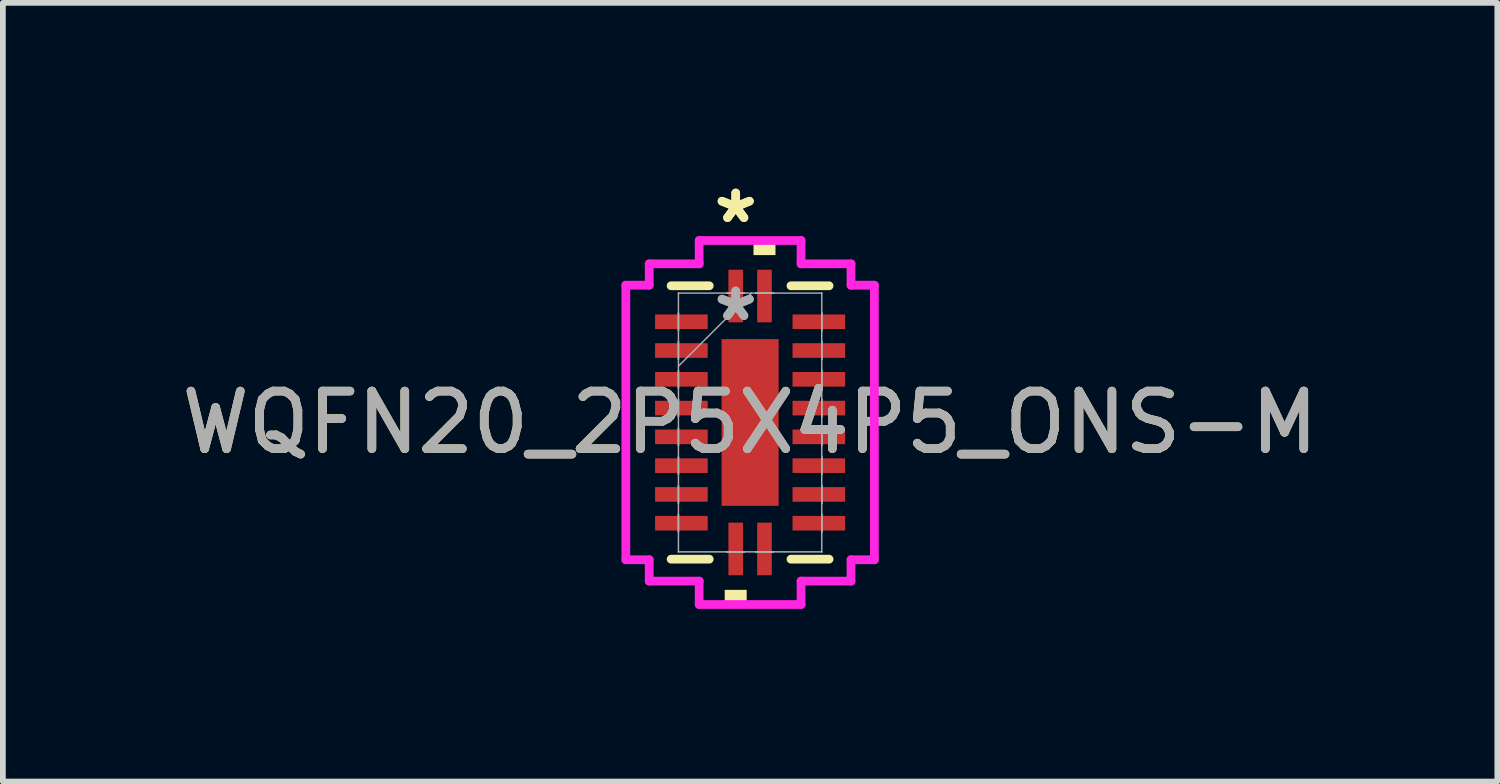
<source format=kicad_pcb>
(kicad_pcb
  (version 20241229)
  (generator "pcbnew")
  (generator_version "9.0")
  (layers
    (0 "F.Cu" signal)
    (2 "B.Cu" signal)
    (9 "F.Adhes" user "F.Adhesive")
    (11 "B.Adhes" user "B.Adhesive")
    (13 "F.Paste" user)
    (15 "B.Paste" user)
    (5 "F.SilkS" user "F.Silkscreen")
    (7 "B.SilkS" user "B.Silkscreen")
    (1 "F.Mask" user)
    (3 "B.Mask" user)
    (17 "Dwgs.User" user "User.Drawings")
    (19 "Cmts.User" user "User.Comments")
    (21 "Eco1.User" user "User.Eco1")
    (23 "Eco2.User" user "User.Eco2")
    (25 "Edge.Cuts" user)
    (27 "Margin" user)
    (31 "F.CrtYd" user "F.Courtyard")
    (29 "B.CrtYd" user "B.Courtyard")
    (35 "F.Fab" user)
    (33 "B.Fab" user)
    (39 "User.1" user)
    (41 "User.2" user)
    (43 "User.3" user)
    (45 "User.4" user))
  (footprint "WQFN20_2P5X4P5_ONS-M"
    (layer "F.Cu")
    (at 9.982 4.29)
    (property "Reference" "WQFN20_2P5X4P5_ONS-M" (at 0 0 0) (unlocked yes) (layer "F.SilkS") (effects (font (size 1 1) (thickness 0.15))))
    (attr smd)
    (fp_line (start -1.372 2.375) (end -0.71 2.375) (stroke (width 0.152) (type solid)) (layer "F.SilkS"))
    (fp_line (start -0.71 -2.375) (end -1.372 -2.375) (stroke (width 0.152) (type solid)) (layer "F.SilkS"))
    (fp_line (start 0.71 2.375) (end 1.372 2.375) (stroke (width 0.152) (type solid)) (layer "F.SilkS"))
    (fp_line (start 1.372 -2.375) (end 0.71 -2.375) (stroke (width 0.152) (type solid)) (layer "F.SilkS"))
    (fp_poly (pts (xy -0.441 2.908) (xy -0.441 3.162) (xy -0.059 3.162) (xy -0.059 2.908)) (stroke (width 0) (type solid)) (fill yes) (layer "F.SilkS"))
    (fp_poly (pts (xy 0.059 -2.908) (xy 0.059 -3.162) (xy 0.441 -3.162) (xy 0.441 -2.908)) (stroke (width 0) (type solid)) (fill yes) (layer "F.SilkS"))
    (fp_poly (pts (xy -0.395 -1.348) (xy -0.395 -0.1) (xy 0.395 -0.1) (xy 0.395 -1.348)) (stroke (width 0) (type solid)) (fill yes) (layer "F.Paste"))
    (fp_poly (pts (xy -0.395 0.1) (xy -0.395 1.348) (xy 0.395 1.348) (xy 0.395 0.1)) (stroke (width 0) (type solid)) (fill yes) (layer "F.Paste"))
    (fp_line (start -2.159 -2.385) (end -1.753 -2.385) (stroke (width 0.152) (type solid)) (layer "F.CrtYd"))
    (fp_line (start -2.159 2.385) (end -2.159 -2.385) (stroke (width 0.152) (type solid)) (layer "F.CrtYd"))
    (fp_line (start -1.753 -2.756) (end -0.885 -2.756) (stroke (width 0.152) (type solid)) (layer "F.CrtYd"))
    (fp_line (start -1.753 -2.385) (end -1.753 -2.756) (stroke (width 0.152) (type solid)) (layer "F.CrtYd"))
    (fp_line (start -1.753 2.385) (end -2.159 2.385) (stroke (width 0.152) (type solid)) (layer "F.CrtYd"))
    (fp_line (start -1.753 2.756) (end -1.753 2.385) (stroke (width 0.152) (type solid)) (layer "F.CrtYd"))
    (fp_line (start -0.885 -3.162) (end 0.885 -3.162) (stroke (width 0.152) (type solid)) (layer "F.CrtYd"))
    (fp_line (start -0.885 -2.756) (end -0.885 -3.162) (stroke (width 0.152) (type solid)) (layer "F.CrtYd"))
    (fp_line (start -0.885 2.756) (end -1.753 2.756) (stroke (width 0.152) (type solid)) (layer "F.CrtYd"))
    (fp_line (start -0.885 3.162) (end -0.885 2.756) (stroke (width 0.152) (type solid)) (layer "F.CrtYd"))
    (fp_line (start 0.885 -3.162) (end 0.885 -2.756) (stroke (width 0.152) (type solid)) (layer "F.CrtYd"))
    (fp_line (start 0.885 -2.756) (end 1.753 -2.756) (stroke (width 0.152) (type solid)) (layer "F.CrtYd"))
    (fp_line (start 0.885 2.756) (end 0.885 3.162) (stroke (width 0.152) (type solid)) (layer "F.CrtYd"))
    (fp_line (start 0.885 3.162) (end -0.885 3.162) (stroke (width 0.152) (type solid)) (layer "F.CrtYd"))
    (fp_line (start 1.753 -2.756) (end 1.753 -2.385) (stroke (width 0.152) (type solid)) (layer "F.CrtYd"))
    (fp_line (start 1.753 -2.385) (end 2.159 -2.385) (stroke (width 0.152) (type solid)) (layer "F.CrtYd"))
    (fp_line (start 1.753 2.385) (end 1.753 2.756) (stroke (width 0.152) (type solid)) (layer "F.CrtYd"))
    (fp_line (start 1.753 2.756) (end 0.885 2.756) (stroke (width 0.152) (type solid)) (layer "F.CrtYd"))
    (fp_line (start 2.159 -2.385) (end 2.159 2.385) (stroke (width 0.152) (type solid)) (layer "F.CrtYd"))
    (fp_line (start 2.159 2.385) (end 1.753 2.385) (stroke (width 0.152) (type solid)) (layer "F.CrtYd"))
    (fp_line (start -1.245 -2.248) (end -1.245 -2.248) (stroke (width 0.025) (type solid)) (layer "F.Fab"))
    (fp_line (start -1.245 -2.248) (end -1.245 2.248) (stroke (width 0.025) (type solid)) (layer "F.Fab"))
    (fp_line (start -1.245 -1.902) (end -1.245 -1.902) (stroke (width 0.025) (type solid)) (layer "F.Fab"))
    (fp_line (start -1.245 -1.902) (end -1.245 -1.598) (stroke (width 0.025) (type solid)) (layer "F.Fab"))
    (fp_line (start -1.245 -1.598) (end -1.245 -1.902) (stroke (width 0.025) (type solid)) (layer "F.Fab"))
    (fp_line (start -1.245 -1.598) (end -1.245 -1.598) (stroke (width 0.025) (type solid)) (layer "F.Fab"))
    (fp_line (start -1.245 -1.402) (end -1.245 -1.402) (stroke (width 0.025) (type solid)) (layer "F.Fab"))
    (fp_line (start -1.245 -1.402) (end -1.245 -1.098) (stroke (width 0.025) (type solid)) (layer "F.Fab"))
    (fp_line (start -1.245 -1.098) (end -1.245 -1.402) (stroke (width 0.025) (type solid)) (layer "F.Fab"))
    (fp_line (start -1.245 -1.098) (end -1.245 -1.098) (stroke (width 0.025) (type solid)) (layer "F.Fab"))
    (fp_line (start -1.245 -0.978) (end 0.025 -2.248) (stroke (width 0.025) (type solid)) (layer "F.Fab"))
    (fp_line (start -1.245 -0.902) (end -1.245 -0.902) (stroke (width 0.025) (type solid)) (layer "F.Fab"))
    (fp_line (start -1.245 -0.902) (end -1.245 -0.598) (stroke (width 0.025) (type solid)) (layer "F.Fab"))
    (fp_line (start -1.245 -0.598) (end -1.245 -0.902) (stroke (width 0.025) (type solid)) (layer "F.Fab"))
    (fp_line (start -1.245 -0.598) (end -1.245 -0.598) (stroke (width 0.025) (type solid)) (layer "F.Fab"))
    (fp_line (start -1.245 -0.402) (end -1.245 -0.402) (stroke (width 0.025) (type solid)) (layer "F.Fab"))
    (fp_line (start -1.245 -0.402) (end -1.245 -0.098) (stroke (width 0.025) (type solid)) (layer "F.Fab"))
    (fp_line (start -1.245 -0.098) (end -1.245 -0.402) (stroke (width 0.025) (type solid)) (layer "F.Fab"))
    (fp_line (start -1.245 -0.098) (end -1.245 -0.098) (stroke (width 0.025) (type solid)) (layer "F.Fab"))
    (fp_line (start -1.245 0.098) (end -1.245 0.098) (stroke (width 0.025) (type solid)) (layer "F.Fab"))
    (fp_line (start -1.245 0.098) (end -1.245 0.402) (stroke (width 0.025) (type solid)) (layer "F.Fab"))
    (fp_line (start -1.245 0.402) (end -1.245 0.098) (stroke (width 0.025) (type solid)) (layer "F.Fab"))
    (fp_line (start -1.245 0.402) (end -1.245 0.402) (stroke (width 0.025) (type solid)) (layer "F.Fab"))
    (fp_line (start -1.245 0.598) (end -1.245 0.598) (stroke (width 0.025) (type solid)) (layer "F.Fab"))
    (fp_line (start -1.245 0.598) (end -1.245 0.902) (stroke (width 0.025) (type solid)) (layer "F.Fab"))
    (fp_line (start -1.245 0.902) (end -1.245 0.598) (stroke (width 0.025) (type solid)) (layer "F.Fab"))
    (fp_line (start -1.245 0.902) (end -1.245 0.902) (stroke (width 0.025) (type solid)) (layer "F.Fab"))
    (fp_line (start -1.245 1.098) (end -1.245 1.098) (stroke (width 0.025) (type solid)) (layer "F.Fab"))
    (fp_line (start -1.245 1.098) (end -1.245 1.402) (stroke (width 0.025) (type solid)) (layer "F.Fab"))
    (fp_line (start -1.245 1.402) (end -1.245 1.098) (stroke (width 0.025) (type solid)) (layer "F.Fab"))
    (fp_line (start -1.245 1.402) (end -1.245 1.402) (stroke (width 0.025) (type solid)) (layer "F.Fab"))
    (fp_line (start -1.245 1.598) (end -1.245 1.598) (stroke (width 0.025) (type solid)) (layer "F.Fab"))
    (fp_line (start -1.245 1.598) (end -1.245 1.902) (stroke (width 0.025) (type solid)) (layer "F.Fab"))
    (fp_line (start -1.245 1.902) (end -1.245 1.598) (stroke (width 0.025) (type solid)) (layer "F.Fab"))
    (fp_line (start -1.245 1.902) (end -1.245 1.902) (stroke (width 0.025) (type solid)) (layer "F.Fab"))
    (fp_line (start -1.245 2.248) (end -1.245 2.248) (stroke (width 0.025) (type solid)) (layer "F.Fab"))
    (fp_line (start -1.245 2.248) (end 1.245 2.248) (stroke (width 0.025) (type solid)) (layer "F.Fab"))
    (fp_line (start -0.402 -2.248) (end -0.402 -2.248) (stroke (width 0.025) (type solid)) (layer "F.Fab"))
    (fp_line (start -0.402 -2.248) (end -0.098 -2.248) (stroke (width 0.025) (type solid)) (layer "F.Fab"))
    (fp_line (start -0.402 2.248) (end -0.402 2.248) (stroke (width 0.025) (type solid)) (layer "F.Fab"))
    (fp_line (start -0.402 2.248) (end -0.098 2.248) (stroke (width 0.025) (type solid)) (layer "F.Fab"))
    (fp_line (start -0.098 -2.248) (end -0.402 -2.248) (stroke (width 0.025) (type solid)) (layer "F.Fab"))
    (fp_line (start -0.098 -2.248) (end -0.098 -2.248) (stroke (width 0.025) (type solid)) (layer "F.Fab"))
    (fp_line (start -0.098 2.248) (end -0.402 2.248) (stroke (width 0.025) (type solid)) (layer "F.Fab"))
    (fp_line (start -0.098 2.248) (end -0.098 2.248) (stroke (width 0.025) (type solid)) (layer "F.Fab"))
    (fp_line (start 0.098 -2.248) (end 0.098 -2.248) (stroke (width 0.025) (type solid)) (layer "F.Fab"))
    (fp_line (start 0.098 -2.248) (end 0.402 -2.248) (stroke (width 0.025) (type solid)) (layer "F.Fab"))
    (fp_line (start 0.098 2.248) (end 0.098 2.248) (stroke (width 0.025) (type solid)) (layer "F.Fab"))
    (fp_line (start 0.098 2.248) (end 0.402 2.248) (stroke (width 0.025) (type solid)) (layer "F.Fab"))
    (fp_line (start 0.402 -2.248) (end 0.098 -2.248) (stroke (width 0.025) (type solid)) (layer "F.Fab"))
    (fp_line (start 0.402 -2.248) (end 0.402 -2.248) (stroke (width 0.025) (type solid)) (layer "F.Fab"))
    (fp_line (start 0.402 2.248) (end 0.098 2.248) (stroke (width 0.025) (type solid)) (layer "F.Fab"))
    (fp_line (start 0.402 2.248) (end 0.402 2.248) (stroke (width 0.025) (type solid)) (layer "F.Fab"))
    (fp_line (start 1.245 -2.248) (end -1.245 -2.248) (stroke (width 0.025) (type solid)) (layer "F.Fab"))
    (fp_line (start 1.245 -2.248) (end 1.245 -2.248) (stroke (width 0.025) (type solid)) (layer "F.Fab"))
    (fp_line (start 1.245 -1.902) (end 1.245 -1.902) (stroke (width 0.025) (type solid)) (layer "F.Fab"))
    (fp_line (start 1.245 -1.902) (end 1.245 -1.598) (stroke (width 0.025) (type solid)) (layer "F.Fab"))
    (fp_line (start 1.245 -1.598) (end 1.245 -1.902) (stroke (width 0.025) (type solid)) (layer "F.Fab"))
    (fp_line (start 1.245 -1.598) (end 1.245 -1.598) (stroke (width 0.025) (type solid)) (layer "F.Fab"))
    (fp_line (start 1.245 -1.402) (end 1.245 -1.402) (stroke (width 0.025) (type solid)) (layer "F.Fab"))
    (fp_line (start 1.245 -1.402) (end 1.245 -1.098) (stroke (width 0.025) (type solid)) (layer "F.Fab"))
    (fp_line (start 1.245 -1.098) (end 1.245 -1.402) (stroke (width 0.025) (type solid)) (layer "F.Fab"))
    (fp_line (start 1.245 -1.098) (end 1.245 -1.098) (stroke (width 0.025) (type solid)) (layer "F.Fab"))
    (fp_line (start 1.245 -0.902) (end 1.245 -0.902) (stroke (width 0.025) (type solid)) (layer "F.Fab"))
    (fp_line (start 1.245 -0.902) (end 1.245 -0.598) (stroke (width 0.025) (type solid)) (layer "F.Fab"))
    (fp_line (start 1.245 -0.598) (end 1.245 -0.902) (stroke (width 0.025) (type solid)) (layer "F.Fab"))
    (fp_line (start 1.245 -0.598) (end 1.245 -0.598) (stroke (width 0.025) (type solid)) (layer "F.Fab"))
    (fp_line (start 1.245 -0.402) (end 1.245 -0.402) (stroke (width 0.025) (type solid)) (layer "F.Fab"))
    (fp_line (start 1.245 -0.402) (end 1.245 -0.098) (stroke (width 0.025) (type solid)) (layer "F.Fab"))
    (fp_line (start 1.245 -0.098) (end 1.245 -0.402) (stroke (width 0.025) (type solid)) (layer "F.Fab"))
    (fp_line (start 1.245 -0.098) (end 1.245 -0.098) (stroke (width 0.025) (type solid)) (layer "F.Fab"))
    (fp_line (start 1.245 0.098) (end 1.245 0.098) (stroke (width 0.025) (type solid)) (layer "F.Fab"))
    (fp_line (start 1.245 0.098) (end 1.245 0.402) (stroke (width 0.025) (type solid)) (layer "F.Fab"))
    (fp_line (start 1.245 0.402) (end 1.245 0.098) (stroke (width 0.025) (type solid)) (layer "F.Fab"))
    (fp_line (start 1.245 0.402) (end 1.245 0.402) (stroke (width 0.025) (type solid)) (layer "F.Fab"))
    (fp_line (start 1.245 0.598) (end 1.245 0.598) (stroke (width 0.025) (type solid)) (layer "F.Fab"))
    (fp_line (start 1.245 0.598) (end 1.245 0.902) (stroke (width 0.025) (type solid)) (layer "F.Fab"))
    (fp_line (start 1.245 0.902) (end 1.245 0.598) (stroke (width 0.025) (type solid)) (layer "F.Fab"))
    (fp_line (start 1.245 0.902) (end 1.245 0.902) (stroke (width 0.025) (type solid)) (layer "F.Fab"))
    (fp_line (start 1.245 1.098) (end 1.245 1.098) (stroke (width 0.025) (type solid)) (layer "F.Fab"))
    (fp_line (start 1.245 1.098) (end 1.245 1.402) (stroke (width 0.025) (type solid)) (layer "F.Fab"))
    (fp_line (start 1.245 1.402) (end 1.245 1.098) (stroke (width 0.025) (type solid)) (layer "F.Fab"))
    (fp_line (start 1.245 1.402) (end 1.245 1.402) (stroke (width 0.025) (type solid)) (layer "F.Fab"))
    (fp_line (start 1.245 1.598) (end 1.245 1.598) (stroke (width 0.025) (type solid)) (layer "F.Fab"))
    (fp_line (start 1.245 1.598) (end 1.245 1.902) (stroke (width 0.025) (type solid)) (layer "F.Fab"))
    (fp_line (start 1.245 1.902) (end 1.245 1.598) (stroke (width 0.025) (type solid)) (layer "F.Fab"))
    (fp_line (start 1.245 1.902) (end 1.245 1.902) (stroke (width 0.025) (type solid)) (layer "F.Fab"))
    (fp_line (start 1.245 2.248) (end 1.245 -2.248) (stroke (width 0.025) (type solid)) (layer "F.Fab"))
    (fp_line (start 1.245 2.248) (end 1.245 2.248) (stroke (width 0.025) (type solid)) (layer "F.Fab"))
    (fp_text user "*" (at -0.25 -3.442 0) (unlocked yes) (layer "F.SilkS") (effects (font (size 1 1) (thickness 0.15))))
    (fp_text user "*" (at -0.25 -3.442 0) (layer "F.SilkS") (effects (font (size 1 1) (thickness 0.15))))
    (fp_text user "*" (at -0.25 -1.74 0) (unlocked yes) (layer "F.Fab") (effects (font (size 1 1) (thickness 0.15))))
    (fp_text user "${REFERENCE}" (at 0 0 0) (unlocked yes) (layer "F.Fab") (effects (font (size 1 1) (thickness 0.15))))
    (fp_text user "*" (at -0.25 -1.74 0) (layer "F.Fab") (effects (font (size 1 1) (thickness 0.15))))
    (pad "1" smd rect (at -0.25 -2.197) (size 0.254 0.914) (layers "F.Cu" "F.Mask" "F.Paste"))
    (pad "2" smd rect (at -1.194 -1.75 90) (size 0.254 0.914) (layers "F.Cu" "F.Mask" "F.Paste"))
    (pad "3" smd rect (at -1.194 -1.25 90) (size 0.254 0.914) (layers "F.Cu" "F.Mask" "F.Paste"))
    (pad "4" smd rect (at -1.194 -0.75 90) (size 0.254 0.914) (layers "F.Cu" "F.Mask" "F.Paste"))
    (pad "5" smd rect (at -1.194 -0.25 90) (size 0.254 0.914) (layers "F.Cu" "F.Mask" "F.Paste"))
    (pad "6" smd rect (at -1.194 0.25 90) (size 0.254 0.914) (layers "F.Cu" "F.Mask" "F.Paste"))
    (pad "7" smd rect (at -1.194 0.75 90) (size 0.254 0.914) (layers "F.Cu" "F.Mask" "F.Paste"))
    (pad "8" smd rect (at -1.194 1.25 90) (size 0.254 0.914) (layers "F.Cu" "F.Mask" "F.Paste"))
    (pad "9" smd rect (at -1.194 1.75 90) (size 0.254 0.914) (layers "F.Cu" "F.Mask" "F.Paste"))
    (pad "10" smd rect (at -0.25 2.197) (size 0.254 0.914) (layers "F.Cu" "F.Mask" "F.Paste"))
    (pad "11" smd rect (at 0.25 2.197) (size 0.254 0.914) (layers "F.Cu" "F.Mask" "F.Paste"))
    (pad "12" smd rect (at 1.194 1.75 90) (size 0.254 0.914) (layers "F.Cu" "F.Mask" "F.Paste"))
    (pad "13" smd rect (at 1.194 1.25 90) (size 0.254 0.914) (layers "F.Cu" "F.Mask" "F.Paste"))
    (pad "14" smd rect (at 1.194 0.75 90) (size 0.254 0.914) (layers "F.Cu" "F.Mask" "F.Paste"))
    (pad "15" smd rect (at 1.194 0.25 90) (size 0.254 0.914) (layers "F.Cu" "F.Mask" "F.Paste"))
    (pad "16" smd rect (at 1.194 -0.25 90) (size 0.254 0.914) (layers "F.Cu" "F.Mask" "F.Paste"))
    (pad "17" smd rect (at 1.194 -0.75 90) (size 0.254 0.914) (layers "F.Cu" "F.Mask" "F.Paste"))
    (pad "18" smd rect (at 1.194 -1.25 90) (size 0.254 0.914) (layers "F.Cu" "F.Mask" "F.Paste"))
    (pad "19" smd rect (at 1.194 -1.75 90) (size 0.254 0.914) (layers "F.Cu" "F.Mask" "F.Paste"))
    (pad "20" smd rect (at 0.25 -2.197) (size 0.254 0.914) (layers "F.Cu" "F.Mask" "F.Paste"))
    (pad "21" smd rect (at 0 0) (size 0.991 2.896) (layers "F.Cu" "F.Mask" "F.Paste")))
  (gr_rect
    (start -3 -3)
    (end 22.964 10.528)
    (stroke (width 0.1) (type default))
    (fill no)
    (layer "Edge.Cuts")))
</source>
